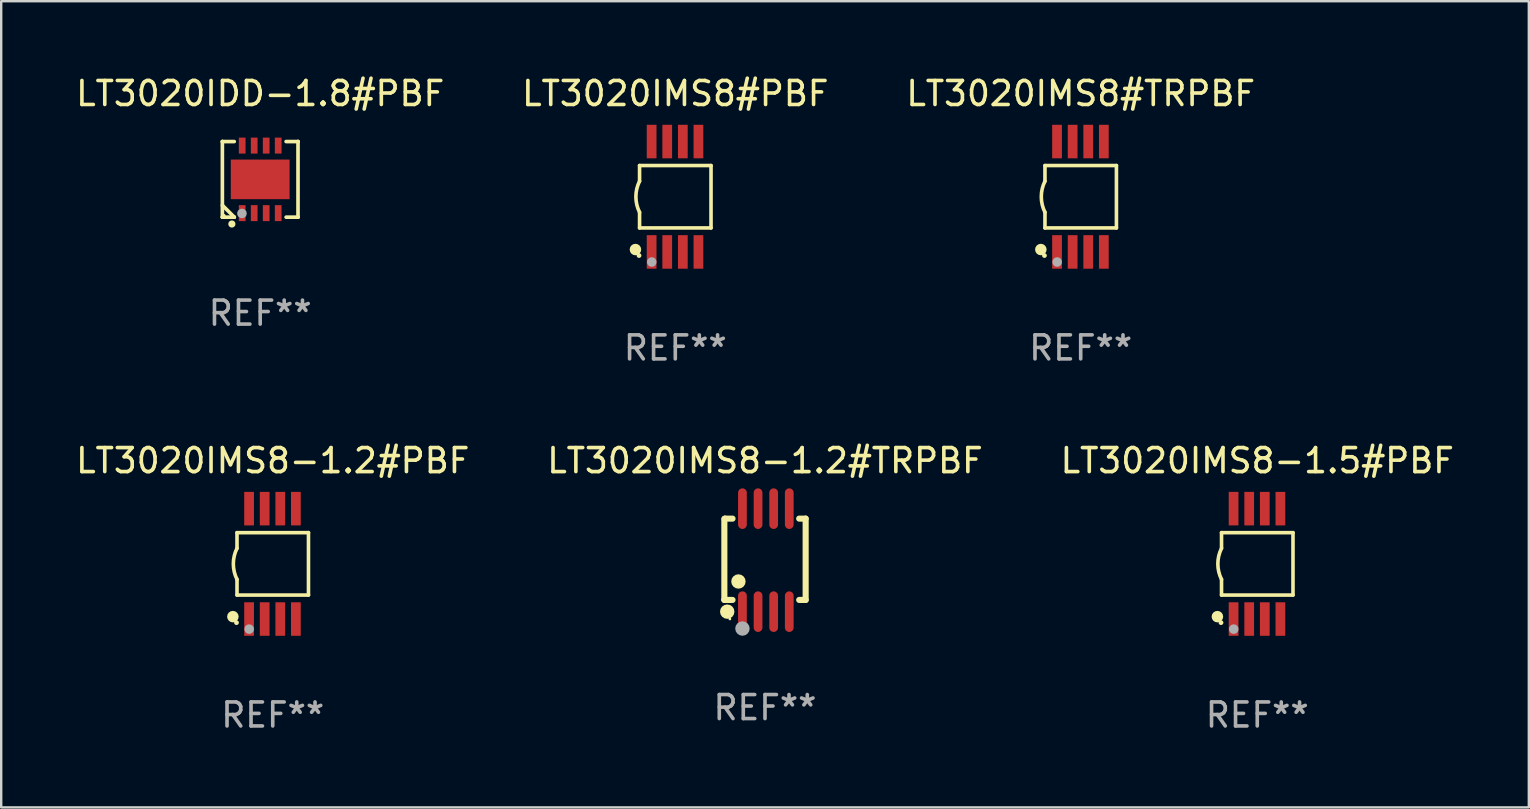
<source format=kicad_pcb>
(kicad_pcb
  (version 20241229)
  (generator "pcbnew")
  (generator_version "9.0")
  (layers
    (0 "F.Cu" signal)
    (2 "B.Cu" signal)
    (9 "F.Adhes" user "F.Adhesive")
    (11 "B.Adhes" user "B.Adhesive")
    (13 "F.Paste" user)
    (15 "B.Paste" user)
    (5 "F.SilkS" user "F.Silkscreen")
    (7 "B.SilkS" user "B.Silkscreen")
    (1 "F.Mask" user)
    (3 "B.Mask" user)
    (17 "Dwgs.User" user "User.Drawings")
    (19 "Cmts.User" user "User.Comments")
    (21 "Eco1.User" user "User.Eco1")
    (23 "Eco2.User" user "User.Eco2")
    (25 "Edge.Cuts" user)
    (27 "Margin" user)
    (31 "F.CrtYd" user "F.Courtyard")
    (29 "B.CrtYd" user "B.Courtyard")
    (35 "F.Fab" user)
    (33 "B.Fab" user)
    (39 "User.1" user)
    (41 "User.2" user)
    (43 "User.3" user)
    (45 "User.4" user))
  (footprint "LT3020IMS8-1.2#TRPBF"
    (layer "F.Cu")
    (at 28.827 20.291)
    (property "Reference" "LT3020IMS8-1.2#TRPBF" (at 0 -4.146 0) (layer "F.SilkS") (effects (font (size 1 1) (thickness 0.15))))
    (attr through_hole)
    (fp_line (start -1.694 -1.724) (end -1.694 1.652) (stroke (width 0.254) (type solid)) (layer "F.SilkS"))
    (fp_line (start -1.694 1.652) (end -1.688 1.658) (stroke (width 0.254) (type solid)) (layer "F.SilkS"))
    (fp_line (start -1.688 1.658) (end -1.353 1.658) (stroke (width 0.254) (type solid)) (layer "F.SilkS"))
    (fp_line (start -1.661 -1.73) (end -1.681 -1.71) (stroke (width 0.254) (type solid)) (layer "F.SilkS"))
    (fp_line (start -1.353 -1.73) (end -1.661 -1.73) (stroke (width 0.254) (type solid)) (layer "F.SilkS"))
    (fp_line (start 1.424 1.658) (end 1.694 1.658) (stroke (width 0.254) (type solid)) (layer "F.SilkS"))
    (fp_line (start 1.694 -1.73) (end 1.424 -1.73) (stroke (width 0.254) (type solid)) (layer "F.SilkS"))
    (fp_line (start 1.694 1.658) (end 1.694 -1.73) (stroke (width 0.254) (type solid)) (layer "F.SilkS"))
    (fp_circle (center -1.574 2.146) (end -1.424 2.146) (stroke (width 0.3) (type solid)) (fill no) (layer "F.SilkS"))
    (fp_circle (center -1.464 2.45) (end -1.434 2.45) (stroke (width 0.06) (type solid)) (fill no) (layer "F.SilkS"))
    (fp_circle (center -1.107 0.889) (end -0.957 0.889) (stroke (width 0.3) (type solid)) (fill no) (layer "F.SilkS"))
    (fp_circle (center -0.94 2.85) (end -0.789 2.85) (stroke (width 0.3) (type solid)) (fill no) (layer "F.Fab"))
    (fp_text user "REF**" (at 0 6.146 0) (layer "F.Fab") (effects (font (size 1 1) (thickness 0.15))))
    (pad "1" smd oval (at -0.94 2.146) (size 0.364 1.692) (layers "F.Cu" "F.Mask" "F.Paste"))
    (pad "2" smd oval (at -0.289 2.146) (size 0.364 1.692) (layers "F.Cu" "F.Mask" "F.Paste"))
    (pad "3" smd oval (at 0.361 2.146) (size 0.364 1.692) (layers "F.Cu" "F.Mask" "F.Paste"))
    (pad "4" smd oval (at 1.011 2.146) (size 0.364 1.692) (layers "F.Cu" "F.Mask" "F.Paste"))
    (pad "5" smd oval (at 1.011 -2.146) (size 0.364 1.692) (layers "F.Cu" "F.Mask" "F.Paste"))
    (pad "6" smd oval (at 0.361 -2.146) (size 0.364 1.692) (layers "F.Cu" "F.Mask" "F.Paste"))
    (pad "7" smd oval (at -0.289 -2.146) (size 0.364 1.692) (layers "F.Cu" "F.Mask" "F.Paste"))
    (pad "8" smd oval (at -0.94 -2.146) (size 0.364 1.692) (layers "F.Cu" "F.Mask" "F.Paste")))
  (footprint "LT3020IMS8#PBF"
    (layer "F.Cu")
    (at 25.089 5.148)
    (property "Reference" "LT3020IMS8#PBF" (at 0 -4.3 0) (layer "F.SilkS") (effects (font (size 1 1) (thickness 0.15))))
    (attr through_hole)
    (fp_line (start -1.489 -1.3) (end -1.489 -0.648) (stroke (width 0.15) (type solid)) (layer "F.SilkS"))
    (fp_line (start -1.489 0.648) (end -1.489 1.3) (stroke (width 0.15) (type solid)) (layer "F.SilkS"))
    (fp_line (start -1.489 1.3) (end 1.489 1.3) (stroke (width 0.15) (type solid)) (layer "F.SilkS"))
    (fp_line (start 1.489 -1.3) (end -1.489 -1.3) (stroke (width 0.15) (type solid)) (layer "F.SilkS"))
    (fp_line (start 1.489 1.3) (end 1.489 -1.3) (stroke (width 0.15) (type solid)) (layer "F.SilkS"))
    (fp_arc (start -1.489205 0.647702) (mid -1.642107 0) (end -1.489205 -0.647701) (stroke (width 0.150013) (type solid)) (layer "F.SilkS"))
    (fp_circle (center -1.661 2.2) (end -1.541 2.2) (stroke (width 0.24) (type solid)) (fill no) (layer "F.SilkS"))
    (fp_circle (center -1.511 2.45) (end -1.461 2.45) (stroke (width 0.1) (type solid)) (fill no) (layer "F.SilkS"))
    (fp_circle (center -0.981 2.72) (end -0.881 2.72) (stroke (width 0.2) (type solid)) (fill no) (layer "F.Fab"))
    (fp_text user "REF**" (at 0 6.3 0) (layer "F.Fab") (effects (font (size 1 1) (thickness 0.15))))
    (pad "1" smd rect (at -0.986 2.3) (size 0.406 1.397) (layers "F.Cu" "F.Mask" "F.Paste"))
    (pad "2" smd rect (at -0.336 2.3) (size 0.406 1.397) (layers "F.Cu" "F.Mask" "F.Paste"))
    (pad "3" smd rect (at 0.314 2.3) (size 0.406 1.397) (layers "F.Cu" "F.Mask" "F.Paste"))
    (pad "4" smd rect (at 0.964 2.3) (size 0.406 1.397) (layers "F.Cu" "F.Mask" "F.Paste"))
    (pad "5" smd rect (at 0.964 -2.3) (size 0.406 1.397) (layers "F.Cu" "F.Mask" "F.Paste"))
    (pad "6" smd rect (at 0.314 -2.3) (size 0.406 1.397) (layers "F.Cu" "F.Mask" "F.Paste"))
    (pad "7" smd rect (at -0.336 -2.3) (size 0.406 1.397) (layers "F.Cu" "F.Mask" "F.Paste"))
    (pad "8" smd rect (at -0.986 -2.3) (size 0.406 1.397) (layers "F.Cu" "F.Mask" "F.Paste")))
  (footprint "LT3020IMS8#TRPBF"
    (layer "F.Cu")
    (at 41.982 5.148)
    (property "Reference" "LT3020IMS8#TRPBF" (at 0 -4.3 0) (layer "F.SilkS") (effects (font (size 1 1) (thickness 0.15))))
    (attr through_hole)
    (fp_line (start -1.489 -1.3) (end -1.489 -0.648) (stroke (width 0.15) (type solid)) (layer "F.SilkS"))
    (fp_line (start -1.489 0.648) (end -1.489 1.3) (stroke (width 0.15) (type solid)) (layer "F.SilkS"))
    (fp_line (start -1.489 1.3) (end 1.489 1.3) (stroke (width 0.15) (type solid)) (layer "F.SilkS"))
    (fp_line (start 1.489 -1.3) (end -1.489 -1.3) (stroke (width 0.15) (type solid)) (layer "F.SilkS"))
    (fp_line (start 1.489 1.3) (end 1.489 -1.3) (stroke (width 0.15) (type solid)) (layer "F.SilkS"))
    (fp_arc (start -1.489205 0.647702) (mid -1.642107 0) (end -1.489205 -0.647701) (stroke (width 0.150013) (type solid)) (layer "F.SilkS"))
    (fp_circle (center -1.661 2.2) (end -1.541 2.2) (stroke (width 0.24) (type solid)) (fill no) (layer "F.SilkS"))
    (fp_circle (center -1.511 2.45) (end -1.461 2.45) (stroke (width 0.1) (type solid)) (fill no) (layer "F.SilkS"))
    (fp_circle (center -0.981 2.72) (end -0.881 2.72) (stroke (width 0.2) (type solid)) (fill no) (layer "F.Fab"))
    (fp_text user "REF**" (at 0 6.3 0) (layer "F.Fab") (effects (font (size 1 1) (thickness 0.15))))
    (pad "1" smd rect (at -0.986 2.3) (size 0.406 1.397) (layers "F.Cu" "F.Mask" "F.Paste"))
    (pad "2" smd rect (at -0.336 2.3) (size 0.406 1.397) (layers "F.Cu" "F.Mask" "F.Paste"))
    (pad "3" smd rect (at 0.314 2.3) (size 0.406 1.397) (layers "F.Cu" "F.Mask" "F.Paste"))
    (pad "4" smd rect (at 0.964 2.3) (size 0.406 1.397) (layers "F.Cu" "F.Mask" "F.Paste"))
    (pad "5" smd rect (at 0.964 -2.3) (size 0.406 1.397) (layers "F.Cu" "F.Mask" "F.Paste"))
    (pad "6" smd rect (at 0.314 -2.3) (size 0.406 1.397) (layers "F.Cu" "F.Mask" "F.Paste"))
    (pad "7" smd rect (at -0.336 -2.3) (size 0.406 1.397) (layers "F.Cu" "F.Mask" "F.Paste"))
    (pad "8" smd rect (at -0.986 -2.3) (size 0.406 1.397) (layers "F.Cu" "F.Mask" "F.Paste")))
  (footprint "LT3020IMS8-1.2#PBF"
    (layer "F.Cu")
    (at 8.315 20.445)
    (property "Reference" "LT3020IMS8-1.2#PBF" (at 0 -4.3 0) (layer "F.SilkS") (effects (font (size 1 1) (thickness 0.15))))
    (attr through_hole)
    (fp_line (start -1.489 -1.3) (end -1.489 -0.648) (stroke (width 0.15) (type solid)) (layer "F.SilkS"))
    (fp_line (start -1.489 0.648) (end -1.489 1.3) (stroke (width 0.15) (type solid)) (layer "F.SilkS"))
    (fp_line (start -1.489 1.3) (end 1.489 1.3) (stroke (width 0.15) (type solid)) (layer "F.SilkS"))
    (fp_line (start 1.489 -1.3) (end -1.489 -1.3) (stroke (width 0.15) (type solid)) (layer "F.SilkS"))
    (fp_line (start 1.489 1.3) (end 1.489 -1.3) (stroke (width 0.15) (type solid)) (layer "F.SilkS"))
    (fp_arc (start -1.489205 0.647702) (mid -1.642107 0) (end -1.489205 -0.647701) (stroke (width 0.150013) (type solid)) (layer "F.SilkS"))
    (fp_circle (center -1.661 2.2) (end -1.541 2.2) (stroke (width 0.24) (type solid)) (fill no) (layer "F.SilkS"))
    (fp_circle (center -1.511 2.45) (end -1.461 2.45) (stroke (width 0.1) (type solid)) (fill no) (layer "F.SilkS"))
    (fp_circle (center -0.981 2.72) (end -0.881 2.72) (stroke (width 0.2) (type solid)) (fill no) (layer "F.Fab"))
    (fp_text user "REF**" (at 0 6.3 0) (layer "F.Fab") (effects (font (size 1 1) (thickness 0.15))))
    (pad "1" smd rect (at -0.986 2.3) (size 0.406 1.397) (layers "F.Cu" "F.Mask" "F.Paste"))
    (pad "2" smd rect (at -0.336 2.3) (size 0.406 1.397) (layers "F.Cu" "F.Mask" "F.Paste"))
    (pad "3" smd rect (at 0.314 2.3) (size 0.406 1.397) (layers "F.Cu" "F.Mask" "F.Paste"))
    (pad "4" smd rect (at 0.964 2.3) (size 0.406 1.397) (layers "F.Cu" "F.Mask" "F.Paste"))
    (pad "5" smd rect (at 0.964 -2.3) (size 0.406 1.397) (layers "F.Cu" "F.Mask" "F.Paste"))
    (pad "6" smd rect (at 0.314 -2.3) (size 0.406 1.397) (layers "F.Cu" "F.Mask" "F.Paste"))
    (pad "7" smd rect (at -0.336 -2.3) (size 0.406 1.397) (layers "F.Cu" "F.Mask" "F.Paste"))
    (pad "8" smd rect (at -0.986 -2.3) (size 0.406 1.397) (layers "F.Cu" "F.Mask" "F.Paste")))
  (footprint "LT3020IMS8-1.5#PBF"
    (layer "F.Cu")
    (at 49.339 20.445)
    (property "Reference" "LT3020IMS8-1.5#PBF" (at 0 -4.3 0) (layer "F.SilkS") (effects (font (size 1 1) (thickness 0.15))))
    (attr through_hole)
    (fp_line (start -1.489 -1.3) (end -1.489 -0.648) (stroke (width 0.15) (type solid)) (layer "F.SilkS"))
    (fp_line (start -1.489 0.648) (end -1.489 1.3) (stroke (width 0.15) (type solid)) (layer "F.SilkS"))
    (fp_line (start -1.489 1.3) (end 1.489 1.3) (stroke (width 0.15) (type solid)) (layer "F.SilkS"))
    (fp_line (start 1.489 -1.3) (end -1.489 -1.3) (stroke (width 0.15) (type solid)) (layer "F.SilkS"))
    (fp_line (start 1.489 1.3) (end 1.489 -1.3) (stroke (width 0.15) (type solid)) (layer "F.SilkS"))
    (fp_arc (start -1.489205 0.647702) (mid -1.642107 0) (end -1.489205 -0.647701) (stroke (width 0.150013) (type solid)) (layer "F.SilkS"))
    (fp_circle (center -1.661 2.2) (end -1.541 2.2) (stroke (width 0.24) (type solid)) (fill no) (layer "F.SilkS"))
    (fp_circle (center -1.511 2.45) (end -1.461 2.45) (stroke (width 0.1) (type solid)) (fill no) (layer "F.SilkS"))
    (fp_circle (center -0.981 2.72) (end -0.881 2.72) (stroke (width 0.2) (type solid)) (fill no) (layer "F.Fab"))
    (fp_text user "REF**" (at 0 6.3 0) (layer "F.Fab") (effects (font (size 1 1) (thickness 0.15))))
    (pad "1" smd rect (at -0.986 2.3) (size 0.406 1.397) (layers "F.Cu" "F.Mask" "F.Paste"))
    (pad "2" smd rect (at -0.336 2.3) (size 0.406 1.397) (layers "F.Cu" "F.Mask" "F.Paste"))
    (pad "3" smd rect (at 0.314 2.3) (size 0.406 1.397) (layers "F.Cu" "F.Mask" "F.Paste"))
    (pad "4" smd rect (at 0.964 2.3) (size 0.406 1.397) (layers "F.Cu" "F.Mask" "F.Paste"))
    (pad "5" smd rect (at 0.964 -2.3) (size 0.406 1.397) (layers "F.Cu" "F.Mask" "F.Paste"))
    (pad "6" smd rect (at 0.314 -2.3) (size 0.406 1.397) (layers "F.Cu" "F.Mask" "F.Paste"))
    (pad "7" smd rect (at -0.336 -2.3) (size 0.406 1.397) (layers "F.Cu" "F.Mask" "F.Paste"))
    (pad "8" smd rect (at -0.986 -2.3) (size 0.406 1.397) (layers "F.Cu" "F.Mask" "F.Paste")))
  (footprint "LT3020IDD-1.8#PBF"
    (layer "F.Cu")
    (at 7.792 4.424)
    (property "Reference" "LT3020IDD-1.8#PBF" (at 0 -3.576 0) (layer "F.SilkS") (effects (font (size 1 1) (thickness 0.15))))
    (attr through_hole)
    (fp_line (start -1.576 -1.576) (end -1.576 -1.576) (stroke (width 0.152) (type solid)) (layer "F.SilkS"))
    (fp_line (start -1.576 -1.576) (end -1.08 -1.576) (stroke (width 0.152) (type solid)) (layer "F.SilkS"))
    (fp_line (start -1.576 1.576) (end -1.576 -1.576) (stroke (width 0.152) (type solid)) (layer "F.SilkS"))
    (fp_line (start -1.576 1.576) (end -1.576 1.576) (stroke (width 0.152) (type solid)) (layer "F.SilkS"))
    (fp_line (start -1.08 1.575) (end -1.576 1.079) (stroke (width 0.152) (type solid)) (layer "F.SilkS"))
    (fp_line (start -1.08 1.576) (end -1.576 1.576) (stroke (width 0.152) (type solid)) (layer "F.SilkS"))
    (fp_line (start -1.08 1.576) (end -1.08 1.575) (stroke (width 0.152) (type solid)) (layer "F.SilkS"))
    (fp_line (start 1.08 1.576) (end 1.576 1.576) (stroke (width 0.152) (type solid)) (layer "F.SilkS"))
    (fp_line (start 1.576 -1.576) (end 1.08 -1.576) (stroke (width 0.152) (type solid)) (layer "F.SilkS"))
    (fp_line (start 1.576 -1.576) (end 1.576 -1.576) (stroke (width 0.152) (type solid)) (layer "F.SilkS"))
    (fp_line (start 1.576 1.576) (end 1.576 -1.576) (stroke (width 0.152) (type solid)) (layer "F.SilkS"))
    (fp_line (start 1.576 1.576) (end 1.576 1.576) (stroke (width 0.152) (type solid)) (layer "F.SilkS"))
    (fp_circle (center -1.5 1.5) (end -1.47 1.5) (stroke (width 0.06) (type solid)) (fill no) (layer "F.SilkS"))
    (fp_circle (center -1.18 1.86) (end -1.105 1.86) (stroke (width 0.15) (type solid)) (fill no) (layer "F.SilkS"))
    (fp_circle (center -0.76 1.42) (end -0.66 1.42) (stroke (width 0.2) (type solid)) (fill no) (layer "F.Fab"))
    (fp_text user "REF**" (at 0 5.576 0) (layer "F.Fab") (effects (font (size 1 1) (thickness 0.15))))
    (pad "1" smd rect (at -0.75 1.407) (size 0.28 0.665) (layers "F.Cu" "F.Mask" "F.Paste"))
    (pad "2" smd rect (at -0.25 1.407) (size 0.28 0.665) (layers "F.Cu" "F.Mask" "F.Paste"))
    (pad "3" smd rect (at 0.25 1.407) (size 0.28 0.665) (layers "F.Cu" "F.Mask" "F.Paste"))
    (pad "4" smd rect (at 0.75 1.407) (size 0.28 0.665) (layers "F.Cu" "F.Mask" "F.Paste"))
    (pad "5" smd rect (at 0.75 -1.407) (size 0.28 0.665) (layers "F.Cu" "F.Mask" "F.Paste"))
    (pad "6" smd rect (at 0.25 -1.407) (size 0.28 0.665) (layers "F.Cu" "F.Mask" "F.Paste"))
    (pad "7" smd rect (at -0.25 -1.407) (size 0.28 0.665) (layers "F.Cu" "F.Mask" "F.Paste"))
    (pad "8" smd rect (at -0.75 -1.407) (size 0.28 0.665) (layers "F.Cu" "F.Mask" "F.Paste"))
    (pad "9" smd rect (at 0 0) (size 2.45 1.65) (layers "F.Cu" "F.Mask" "F.Paste")))
  (gr_rect
    (start -3 -3)
    (end 60.655 30.593)
    (stroke (width 0.1) (type default))
    (fill no)
    (layer "Edge.Cuts")))
</source>
